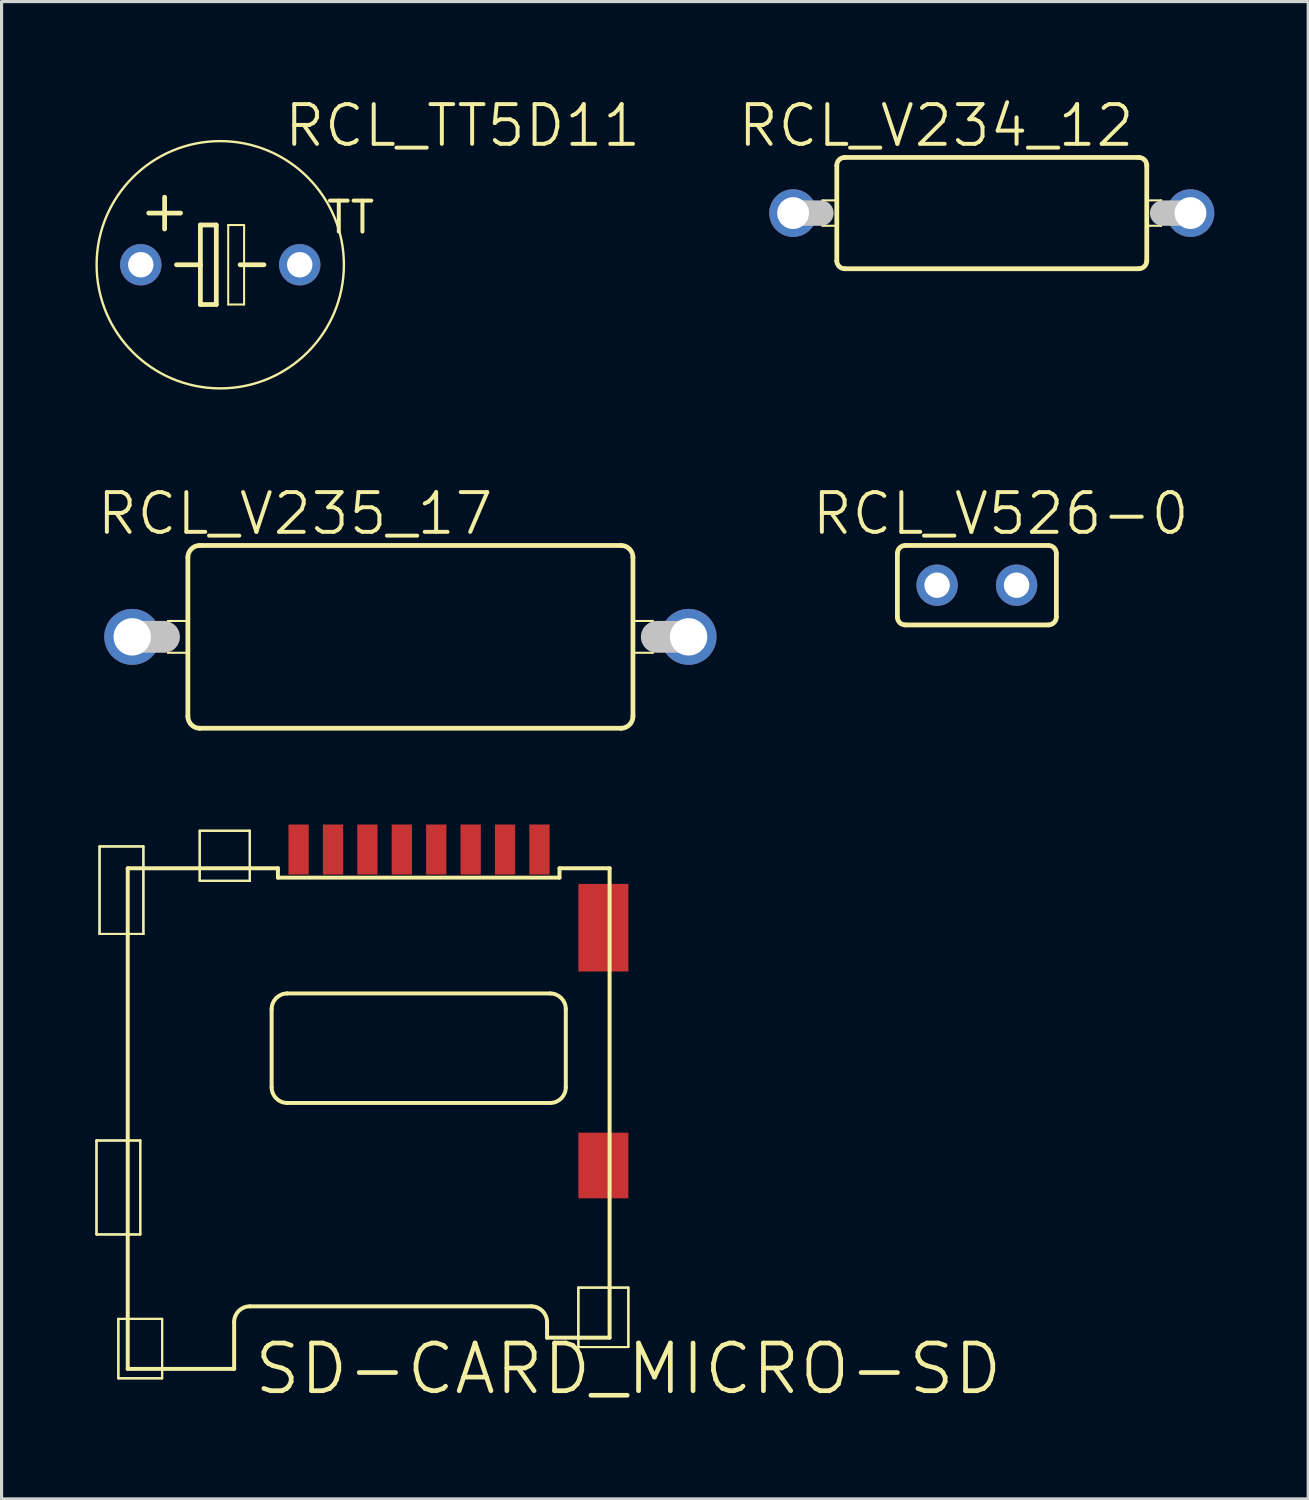
<source format=kicad_pcb>
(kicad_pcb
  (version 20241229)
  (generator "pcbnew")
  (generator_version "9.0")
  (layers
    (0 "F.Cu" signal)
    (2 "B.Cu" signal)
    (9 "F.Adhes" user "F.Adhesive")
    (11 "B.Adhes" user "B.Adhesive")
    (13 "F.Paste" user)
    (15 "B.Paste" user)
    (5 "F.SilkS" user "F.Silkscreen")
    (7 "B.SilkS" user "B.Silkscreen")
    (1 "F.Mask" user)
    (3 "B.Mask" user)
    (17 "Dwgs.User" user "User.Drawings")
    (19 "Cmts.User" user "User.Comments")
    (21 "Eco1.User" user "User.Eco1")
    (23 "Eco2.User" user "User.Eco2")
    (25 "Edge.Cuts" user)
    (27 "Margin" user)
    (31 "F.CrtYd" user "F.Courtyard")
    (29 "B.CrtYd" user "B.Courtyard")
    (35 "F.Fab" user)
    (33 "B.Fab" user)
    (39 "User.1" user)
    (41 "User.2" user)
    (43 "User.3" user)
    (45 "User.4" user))
  (footprint "RCL_V235_17"
    (layer "F.Cu")
    (at 10.066 17.303)
    (property "Reference" "RCL_V235_17" (at -3.683 -3.937 0) (layer "F.SilkS") (effects (font (size 1.27 1.27) (thickness 0.127))))
    (attr exclude_from_pos_files exclude_from_bom)
    (fp_line (start -7.747 -0.508) (end -7.112 -0.508) (stroke (width 0.066) (type solid)) (layer "F.SilkS"))
    (fp_line (start -7.747 0.508) (end -7.747 -0.508) (stroke (width 0.066) (type solid)) (layer "F.SilkS"))
    (fp_line (start -7.747 0.508) (end -7.112 0.508) (stroke (width 0.066) (type solid)) (layer "F.SilkS"))
    (fp_line (start -7.112 -2.54) (end -7.112 2.54) (stroke (width 0.152) (type solid)) (layer "F.SilkS"))
    (fp_line (start -7.112 0.508) (end -7.112 -0.508) (stroke (width 0.066) (type solid)) (layer "F.SilkS"))
    (fp_line (start -6.731 -2.921) (end 6.731 -2.921) (stroke (width 0.152) (type solid)) (layer "F.SilkS"))
    (fp_line (start 6.731 2.921) (end -6.731 2.921) (stroke (width 0.152) (type solid)) (layer "F.SilkS"))
    (fp_line (start 7.112 -2.54) (end 7.112 2.54) (stroke (width 0.152) (type solid)) (layer "F.SilkS"))
    (fp_line (start 7.112 -0.508) (end 7.747 -0.508) (stroke (width 0.066) (type solid)) (layer "F.SilkS"))
    (fp_line (start 7.112 0.508) (end 7.112 -0.508) (stroke (width 0.066) (type solid)) (layer "F.SilkS"))
    (fp_line (start 7.112 0.508) (end 7.747 0.508) (stroke (width 0.066) (type solid)) (layer "F.SilkS"))
    (fp_line (start 7.747 0.508) (end 7.747 -0.508) (stroke (width 0.066) (type solid)) (layer "F.SilkS"))
    (fp_arc (start -7.112 -2.54) (mid -7.000408 -2.809408) (end -6.731 -2.921) (stroke (width 0.1524) (type solid)) (layer "F.SilkS"))
    (fp_arc (start -6.731 2.921) (mid -7.000408 2.809408) (end -7.112 2.54) (stroke (width 0.1524) (type solid)) (layer "F.SilkS"))
    (fp_arc (start 6.731 -2.921) (mid 7.000408 -2.809408) (end 7.112 -2.54) (stroke (width 0.1524) (type solid)) (layer "F.SilkS"))
    (fp_arc (start 7.112 2.54) (mid 7.000408 2.809408) (end 6.731 2.921) (stroke (width 0.1524) (type solid)) (layer "F.SilkS"))
    (fp_line (start -7.874 0) (end -8.89 0) (stroke (width 1.016) (type solid)) (layer "Dwgs.User"))
    (fp_line (start 8.89 0) (end 7.874 0) (stroke (width 1.016) (type solid)) (layer "Dwgs.User"))
    (pad "1" thru_hole circle (at -8.89 0) (size 1.788 1.788) (drill 1.194) (layers "*.Cu" "*.Paste" "*.Mask"))
    (pad "2" thru_hole circle (at 8.89 0) (size 1.788 1.788) (drill 1.194) (layers "*.Cu" "*.Paste" "*.Mask")))
  (footprint "RCL_V234_12"
    (layer "F.Cu")
    (at 28.646 3.76)
    (property "Reference" "RCL_V234_12" (at -1.778 -2.794 0) (layer "F.SilkS") (effects (font (size 1.27 1.27) (thickness 0.127))))
    (attr exclude_from_pos_files exclude_from_bom)
    (fp_line (start -5.41 -0.406) (end -4.953 -0.406) (stroke (width 0.066) (type solid)) (layer "F.SilkS"))
    (fp_line (start -5.41 0.406) (end -5.41 -0.406) (stroke (width 0.066) (type solid)) (layer "F.SilkS"))
    (fp_line (start -5.41 0.406) (end -4.953 0.406) (stroke (width 0.066) (type solid)) (layer "F.SilkS"))
    (fp_line (start -4.953 -1.524) (end -4.953 1.524) (stroke (width 0.152) (type solid)) (layer "F.SilkS"))
    (fp_line (start -4.953 0.406) (end -4.953 -0.406) (stroke (width 0.066) (type solid)) (layer "F.SilkS"))
    (fp_line (start -4.699 -1.778) (end 4.699 -1.778) (stroke (width 0.152) (type solid)) (layer "F.SilkS"))
    (fp_line (start 4.699 1.778) (end -4.699 1.778) (stroke (width 0.152) (type solid)) (layer "F.SilkS"))
    (fp_line (start 4.953 -1.524) (end 4.953 1.524) (stroke (width 0.152) (type solid)) (layer "F.SilkS"))
    (fp_line (start 4.953 -0.406) (end 5.41 -0.406) (stroke (width 0.066) (type solid)) (layer "F.SilkS"))
    (fp_line (start 4.953 0.406) (end 4.953 -0.406) (stroke (width 0.066) (type solid)) (layer "F.SilkS"))
    (fp_line (start 4.953 0.406) (end 5.41 0.406) (stroke (width 0.066) (type solid)) (layer "F.SilkS"))
    (fp_line (start 5.41 0.406) (end 5.41 -0.406) (stroke (width 0.066) (type solid)) (layer "F.SilkS"))
    (fp_arc (start -4.953 -1.524) (mid -4.878605 -1.703605) (end -4.699 -1.778) (stroke (width 0.1524) (type solid)) (layer "F.SilkS"))
    (fp_arc (start -4.699 1.778) (mid -4.878605 1.703605) (end -4.953 1.524) (stroke (width 0.1524) (type solid)) (layer "F.SilkS"))
    (fp_arc (start 4.699 -1.778) (mid 4.878605 -1.703605) (end 4.953 -1.524) (stroke (width 0.1524) (type solid)) (layer "F.SilkS"))
    (fp_arc (start 4.953 1.524) (mid 4.878605 1.703605) (end 4.699 1.778) (stroke (width 0.1524) (type solid)) (layer "F.SilkS"))
    (fp_line (start -6.35 0) (end -5.461 0) (stroke (width 0.813) (type solid)) (layer "Dwgs.User"))
    (fp_line (start 6.35 0) (end 5.461 0) (stroke (width 0.813) (type solid)) (layer "Dwgs.User"))
    (pad "1" thru_hole circle (at -6.35 0) (size 1.524 1.524) (drill 1.016) (layers "*.Cu" "*.Paste" "*.Mask"))
    (pad "2" thru_hole circle (at 6.35 0) (size 1.524 1.524) (drill 1.016) (layers "*.Cu" "*.Paste" "*.Mask")))
  (footprint "SD-CARD_MICRO-SD"
    (layer "F.Cu")
    (at 17.031 40.698)
    (property "Reference" "SD-CARD_MICRO-SD" (at 0 0 0) (layer "F.SilkS") (effects (font (size 1.524 1.524) (thickness 0.15))))
    (attr smd)
    (fp_line (start -16.998 -7.3) (end -15.598 -7.3) (stroke (width 0.066) (type solid)) (layer "B.Cu"))
    (fp_line (start -16.998 -4.298) (end -16.998 -7.3) (stroke (width 0.066) (type solid)) (layer "B.Cu"))
    (fp_line (start -16.998 -4.298) (end -15.598 -4.298) (stroke (width 0.066) (type solid)) (layer "B.Cu"))
    (fp_line (start -16.899 -16.698) (end -15.499 -16.698) (stroke (width 0.066) (type solid)) (layer "B.Cu"))
    (fp_line (start -16.899 -13.899) (end -16.899 -16.698) (stroke (width 0.066) (type solid)) (layer "B.Cu"))
    (fp_line (start -16.899 -13.899) (end -15.499 -13.899) (stroke (width 0.066) (type solid)) (layer "B.Cu"))
    (fp_line (start -16.299 -1.598) (end -14.9 -1.598) (stroke (width 0.066) (type solid)) (layer "B.Cu"))
    (fp_line (start -16.299 0.3) (end -16.299 -1.598) (stroke (width 0.066) (type solid)) (layer "B.Cu"))
    (fp_line (start -16.299 0.3) (end -14.9 0.3) (stroke (width 0.066) (type solid)) (layer "B.Cu"))
    (fp_line (start -15.598 -4.298) (end -15.598 -7.3) (stroke (width 0.066) (type solid)) (layer "B.Cu"))
    (fp_line (start -15.499 -13.899) (end -15.499 -16.698) (stroke (width 0.066) (type solid)) (layer "B.Cu"))
    (fp_line (start -14.9 0.3) (end -14.9 -1.598) (stroke (width 0.066) (type solid)) (layer "B.Cu"))
    (fp_line (start -13.698 -17.198) (end -12.098 -17.198) (stroke (width 0.066) (type solid)) (layer "B.Cu"))
    (fp_line (start -13.698 -15.598) (end -13.698 -17.198) (stroke (width 0.066) (type solid)) (layer "B.Cu"))
    (fp_line (start -13.698 -15.598) (end -12.098 -15.598) (stroke (width 0.066) (type solid)) (layer "B.Cu"))
    (fp_line (start -12.098 -15.598) (end -12.098 -17.198) (stroke (width 0.066) (type solid)) (layer "B.Cu"))
    (fp_line (start -1.598 -2.598) (end 0 -2.598) (stroke (width 0.066) (type solid)) (layer "B.Cu"))
    (fp_line (start -1.598 -0.699) (end -1.598 -2.598) (stroke (width 0.066) (type solid)) (layer "B.Cu"))
    (fp_line (start -1.598 -0.699) (end 0 -0.699) (stroke (width 0.066) (type solid)) (layer "B.Cu"))
    (fp_line (start 0 -0.699) (end 0 -2.598) (stroke (width 0.066) (type solid)) (layer "B.Cu"))
    (fp_line (start -16.998 -7.3) (end -15.598 -7.3) (stroke (width 0.066) (type solid)) (layer "F.SilkS"))
    (fp_line (start -16.998 -7.3) (end -15.598 -7.3) (stroke (width 0.066) (type solid)) (layer "F.SilkS"))
    (fp_line (start -16.998 -4.298) (end -16.998 -7.3) (stroke (width 0.066) (type solid)) (layer "F.SilkS"))
    (fp_line (start -16.998 -4.298) (end -16.998 -7.3) (stroke (width 0.066) (type solid)) (layer "F.SilkS"))
    (fp_line (start -16.998 -4.298) (end -15.598 -4.298) (stroke (width 0.066) (type solid)) (layer "F.SilkS"))
    (fp_line (start -16.998 -4.298) (end -15.598 -4.298) (stroke (width 0.066) (type solid)) (layer "F.SilkS"))
    (fp_line (start -16.899 -16.698) (end -15.499 -16.698) (stroke (width 0.066) (type solid)) (layer "F.SilkS"))
    (fp_line (start -16.899 -16.698) (end -15.499 -16.698) (stroke (width 0.066) (type solid)) (layer "F.SilkS"))
    (fp_line (start -16.899 -13.899) (end -16.899 -16.698) (stroke (width 0.066) (type solid)) (layer "F.SilkS"))
    (fp_line (start -16.899 -13.899) (end -16.899 -16.698) (stroke (width 0.066) (type solid)) (layer "F.SilkS"))
    (fp_line (start -16.899 -13.899) (end -15.499 -13.899) (stroke (width 0.066) (type solid)) (layer "F.SilkS"))
    (fp_line (start -16.899 -13.899) (end -15.499 -13.899) (stroke (width 0.066) (type solid)) (layer "F.SilkS"))
    (fp_line (start -16.299 -1.598) (end -14.9 -1.598) (stroke (width 0.066) (type solid)) (layer "F.SilkS"))
    (fp_line (start -16.299 -1.598) (end -14.9 -1.598) (stroke (width 0.066) (type solid)) (layer "F.SilkS"))
    (fp_line (start -16.299 0.3) (end -16.299 -1.598) (stroke (width 0.066) (type solid)) (layer "F.SilkS"))
    (fp_line (start -16.299 0.3) (end -16.299 -1.598) (stroke (width 0.066) (type solid)) (layer "F.SilkS"))
    (fp_line (start -16.299 0.3) (end -14.9 0.3) (stroke (width 0.066) (type solid)) (layer "F.SilkS"))
    (fp_line (start -16.299 0.3) (end -14.9 0.3) (stroke (width 0.066) (type solid)) (layer "F.SilkS"))
    (fp_line (start -15.999 -15.999) (end -11.199 -15.999) (stroke (width 0.127) (type solid)) (layer "F.SilkS"))
    (fp_line (start -15.999 0) (end -15.999 -15.999) (stroke (width 0.127) (type solid)) (layer "F.SilkS"))
    (fp_line (start -15.598 -4.298) (end -15.598 -7.3) (stroke (width 0.066) (type solid)) (layer "F.SilkS"))
    (fp_line (start -15.598 -4.298) (end -15.598 -7.3) (stroke (width 0.066) (type solid)) (layer "F.SilkS"))
    (fp_line (start -15.499 -13.899) (end -15.499 -16.698) (stroke (width 0.066) (type solid)) (layer "F.SilkS"))
    (fp_line (start -15.499 -13.899) (end -15.499 -16.698) (stroke (width 0.066) (type solid)) (layer "F.SilkS"))
    (fp_line (start -14.9 0.3) (end -14.9 -1.598) (stroke (width 0.066) (type solid)) (layer "F.SilkS"))
    (fp_line (start -14.9 0.3) (end -14.9 -1.598) (stroke (width 0.066) (type solid)) (layer "F.SilkS"))
    (fp_line (start -13.698 -17.198) (end -12.098 -17.198) (stroke (width 0.066) (type solid)) (layer "F.SilkS"))
    (fp_line (start -13.698 -17.198) (end -12.098 -17.198) (stroke (width 0.066) (type solid)) (layer "F.SilkS"))
    (fp_line (start -13.698 -15.598) (end -13.698 -17.198) (stroke (width 0.066) (type solid)) (layer "F.SilkS"))
    (fp_line (start -13.698 -15.598) (end -13.698 -17.198) (stroke (width 0.066) (type solid)) (layer "F.SilkS"))
    (fp_line (start -13.698 -15.598) (end -12.098 -15.598) (stroke (width 0.066) (type solid)) (layer "F.SilkS"))
    (fp_line (start -13.698 -15.598) (end -12.098 -15.598) (stroke (width 0.066) (type solid)) (layer "F.SilkS"))
    (fp_line (start -12.598 -1.499) (end -12.598 0) (stroke (width 0.127) (type solid)) (layer "F.SilkS"))
    (fp_line (start -12.598 0) (end -15.999 0) (stroke (width 0.127) (type solid)) (layer "F.SilkS"))
    (fp_line (start -12.098 -15.598) (end -12.098 -17.198) (stroke (width 0.066) (type solid)) (layer "F.SilkS"))
    (fp_line (start -12.098 -15.598) (end -12.098 -17.198) (stroke (width 0.066) (type solid)) (layer "F.SilkS"))
    (fp_line (start -11.4 -8.999) (end -11.4 -11.499) (stroke (width 0.127) (type solid)) (layer "F.SilkS"))
    (fp_line (start -11.199 -15.999) (end -11.199 -15.7) (stroke (width 0.127) (type solid)) (layer "F.SilkS"))
    (fp_line (start -11.199 -15.7) (end -2.2 -15.7) (stroke (width 0.127) (type solid)) (layer "F.SilkS"))
    (fp_line (start -10.899 -11.999) (end -2.499 -11.999) (stroke (width 0.127) (type solid)) (layer "F.SilkS"))
    (fp_line (start -3.099 -1.999) (end -12.098 -1.999) (stroke (width 0.127) (type solid)) (layer "F.SilkS"))
    (fp_line (start -2.598 -0.998) (end -2.598 -1.499) (stroke (width 0.127) (type solid)) (layer "F.SilkS"))
    (fp_line (start -2.499 -8.499) (end -10.899 -8.499) (stroke (width 0.127) (type solid)) (layer "F.SilkS"))
    (fp_line (start -2.2 -15.999) (end -0.599 -15.999) (stroke (width 0.127) (type solid)) (layer "F.SilkS"))
    (fp_line (start -2.2 -15.7) (end -2.2 -15.999) (stroke (width 0.127) (type solid)) (layer "F.SilkS"))
    (fp_line (start -1.999 -11.499) (end -1.999 -8.999) (stroke (width 0.127) (type solid)) (layer "F.SilkS"))
    (fp_line (start -1.598 -2.598) (end 0 -2.598) (stroke (width 0.066) (type solid)) (layer "F.SilkS"))
    (fp_line (start -1.598 -2.598) (end 0 -2.598) (stroke (width 0.066) (type solid)) (layer "F.SilkS"))
    (fp_line (start -1.598 -0.699) (end -1.598 -2.598) (stroke (width 0.066) (type solid)) (layer "F.SilkS"))
    (fp_line (start -1.598 -0.699) (end -1.598 -2.598) (stroke (width 0.066) (type solid)) (layer "F.SilkS"))
    (fp_line (start -1.598 -0.699) (end 0 -0.699) (stroke (width 0.066) (type solid)) (layer "F.SilkS"))
    (fp_line (start -1.598 -0.699) (end 0 -0.699) (stroke (width 0.066) (type solid)) (layer "F.SilkS"))
    (fp_line (start -0.599 -15.999) (end -0.599 -0.998) (stroke (width 0.127) (type solid)) (layer "F.SilkS"))
    (fp_line (start -0.599 -0.998) (end -2.598 -0.998) (stroke (width 0.127) (type solid)) (layer "F.SilkS"))
    (fp_line (start 0 -0.699) (end 0 -2.598) (stroke (width 0.066) (type solid)) (layer "F.SilkS"))
    (fp_line (start 0 -0.699) (end 0 -2.598) (stroke (width 0.066) (type solid)) (layer "F.SilkS"))
    (fp_arc (start -12.5984 -1.4986) (mid -12.451842 -1.852422) (end -12.09802 -1.99898) (stroke (width 0.127) (type solid)) (layer "F.SilkS"))
    (fp_arc (start -11.39952 -11.49858) (mid -11.252962 -11.852402) (end -10.89914 -11.99896) (stroke (width 0.127) (type solid)) (layer "F.SilkS"))
    (fp_arc (start -10.89914 -8.49884) (mid -11.252962 -8.645398) (end -11.39952 -8.99922) (stroke (width 0.127) (type solid)) (layer "F.SilkS"))
    (fp_arc (start -3.0988 -1.99898) (mid -2.744978 -1.852422) (end -2.59842 -1.4986) (stroke (width 0.127) (type solid)) (layer "F.SilkS"))
    (fp_arc (start -2.49936 -11.99896) (mid -2.145538 -11.852402) (end -1.99898 -11.49858) (stroke (width 0.127) (type solid)) (layer "F.SilkS"))
    (fp_arc (start -1.99898 -8.99922) (mid -2.145538 -8.645398) (end -2.49936 -8.49884) (stroke (width 0.127) (type solid)) (layer "F.SilkS"))
    (pad "1" smd rect (at -10.538 -16.599 90) (size 1.598 0.648) (layers "F.Cu" "F.Mask" "F.Paste"))
    (pad "2" smd rect (at -9.439 -16.599 90) (size 1.598 0.648) (layers "F.Cu" "F.Mask" "F.Paste"))
    (pad "3" smd rect (at -8.339 -16.599 90) (size 1.598 0.648) (layers "F.Cu" "F.Mask" "F.Paste"))
    (pad "4" smd rect (at -7.239 -16.599 90) (size 1.598 0.648) (layers "F.Cu" "F.Mask" "F.Paste"))
    (pad "5" smd rect (at -6.139 -16.599 90) (size 1.598 0.648) (layers "F.Cu" "F.Mask" "F.Paste"))
    (pad "6" smd rect (at -5.039 -16.599 90) (size 1.598 0.648) (layers "F.Cu" "F.Mask" "F.Paste"))
    (pad "7" smd rect (at -3.94 -16.599 90) (size 1.598 0.648) (layers "F.Cu" "F.Mask" "F.Paste"))
    (pad "8" smd rect (at -2.84 -16.599 90) (size 1.598 0.648) (layers "F.Cu" "F.Mask" "F.Paste"))
    (pad "K1" smd rect (at -0.798 -6.5 180) (size 1.598 2.098) (layers "F.Cu" "F.Mask" "F.Paste"))
    (pad "K2" smd rect (at -0.798 -14.1 180) (size 1.598 2.799) (layers "F.Cu" "F.Mask" "F.Paste")))
  (footprint "RCL_V526-0"
    (layer "F.Cu")
    (at 28.169 15.652)
    (property "Reference" "RCL_V526-0" (at 0.762 -2.286 0) (layer "F.SilkS") (effects (font (size 1.27 1.27) (thickness 0.127))))
    (attr exclude_from_pos_files exclude_from_bom)
    (fp_line (start -2.54 -1.016) (end -2.54 1.016) (stroke (width 0.152) (type solid)) (layer "F.SilkS"))
    (fp_line (start -2.286 1.27) (end 2.286 1.27) (stroke (width 0.152) (type solid)) (layer "F.SilkS"))
    (fp_line (start 2.286 -1.27) (end -2.286 -1.27) (stroke (width 0.152) (type solid)) (layer "F.SilkS"))
    (fp_line (start 2.54 1.016) (end 2.54 -1.016) (stroke (width 0.152) (type solid)) (layer "F.SilkS"))
    (fp_arc (start -2.54 -1.016) (mid -2.465605 -1.195605) (end -2.286 -1.27) (stroke (width 0.1524) (type solid)) (layer "F.SilkS"))
    (fp_arc (start -2.286 1.27) (mid -2.465605 1.195605) (end -2.54 1.016) (stroke (width 0.1524) (type solid)) (layer "F.SilkS"))
    (fp_arc (start 2.286 -1.27) (mid 2.465605 -1.195605) (end 2.54 -1.016) (stroke (width 0.1524) (type solid)) (layer "F.SilkS"))
    (fp_arc (start 2.54 1.016) (mid 2.465605 1.195605) (end 2.286 1.27) (stroke (width 0.1524) (type solid)) (layer "F.SilkS"))
    (pad "1" thru_hole circle (at -1.27 0) (size 1.321 1.321) (drill 0.813) (layers "*.Cu" "*.Paste" "*.Mask"))
    (pad "2" thru_hole circle (at 1.27 0) (size 1.321 1.321) (drill 0.813) (layers "*.Cu" "*.Paste" "*.Mask")))
  (footprint "RCL_TT5D11"
    (layer "F.Cu")
    (at 3.989 5.411)
    (property "Reference" "RCL_TT5D11" (at 7.747 -4.445 0) (layer "F.SilkS") (effects (font (size 1.27 1.27) (thickness 0.127))))
    (attr exclude_from_pos_files exclude_from_bom)
    (fp_line (start -1.778 -2.159) (end -1.778 -1.143) (stroke (width 0.152) (type solid)) (layer "F.SilkS"))
    (fp_line (start -1.397 0) (end -0.635 0) (stroke (width 0.152) (type solid)) (layer "F.SilkS"))
    (fp_line (start -1.27 -1.651) (end -2.286 -1.651) (stroke (width 0.152) (type solid)) (layer "F.SilkS"))
    (fp_line (start -0.635 -1.27) (end -0.635 0) (stroke (width 0.152) (type solid)) (layer "F.SilkS"))
    (fp_line (start -0.635 0) (end -0.635 1.27) (stroke (width 0.152) (type solid)) (layer "F.SilkS"))
    (fp_line (start -0.635 1.27) (end -0.127 1.27) (stroke (width 0.152) (type solid)) (layer "F.SilkS"))
    (fp_line (start -0.127 -1.27) (end -0.635 -1.27) (stroke (width 0.152) (type solid)) (layer "F.SilkS"))
    (fp_line (start -0.127 1.27) (end -0.127 -1.27) (stroke (width 0.152) (type solid)) (layer "F.SilkS"))
    (fp_line (start 0.254 -1.27) (end 0.762 -1.27) (stroke (width 0.066) (type solid)) (layer "F.SilkS"))
    (fp_line (start 0.254 1.27) (end 0.254 -1.27) (stroke (width 0.066) (type solid)) (layer "F.SilkS"))
    (fp_line (start 0.254 1.27) (end 0.762 1.27) (stroke (width 0.066) (type solid)) (layer "F.SilkS"))
    (fp_line (start 0.635 0) (end 1.397 0) (stroke (width 0.152) (type solid)) (layer "F.SilkS"))
    (fp_line (start 0.762 1.27) (end 0.762 -1.27) (stroke (width 0.066) (type solid)) (layer "F.SilkS"))
    (fp_circle (center 0 0) (end -2.794 2.794) (stroke (width 0.076) (type solid)) (fill no) (layer "F.SilkS"))
    (fp_text user "TT" (at 4.166 -1.511 0) (layer "F.SilkS") (effects (font (size 0.991 0.991) (thickness 0.127))))
    (pad "+" thru_hole circle (at -2.54 0) (size 1.321 1.321) (drill 0.813) (layers "*.Cu" "*.Paste" "*.Mask"))
    (pad "-" thru_hole circle (at 2.54 0) (size 1.321 1.321) (drill 0.813) (layers "*.Cu" "*.Paste" "*.Mask")))
  (gr_rect
    (start -3 -3)
    (end 38.758 44.853)
    (stroke (width 0.1) (type default))
    (fill no)
    (layer "Edge.Cuts")))
</source>
